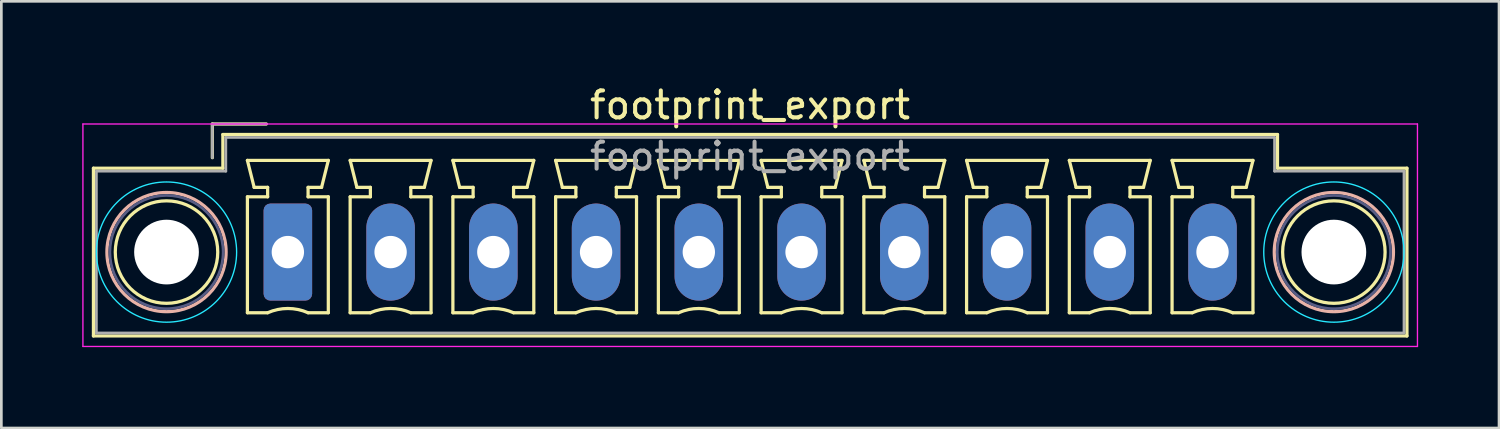
<source format=kicad_pcb>
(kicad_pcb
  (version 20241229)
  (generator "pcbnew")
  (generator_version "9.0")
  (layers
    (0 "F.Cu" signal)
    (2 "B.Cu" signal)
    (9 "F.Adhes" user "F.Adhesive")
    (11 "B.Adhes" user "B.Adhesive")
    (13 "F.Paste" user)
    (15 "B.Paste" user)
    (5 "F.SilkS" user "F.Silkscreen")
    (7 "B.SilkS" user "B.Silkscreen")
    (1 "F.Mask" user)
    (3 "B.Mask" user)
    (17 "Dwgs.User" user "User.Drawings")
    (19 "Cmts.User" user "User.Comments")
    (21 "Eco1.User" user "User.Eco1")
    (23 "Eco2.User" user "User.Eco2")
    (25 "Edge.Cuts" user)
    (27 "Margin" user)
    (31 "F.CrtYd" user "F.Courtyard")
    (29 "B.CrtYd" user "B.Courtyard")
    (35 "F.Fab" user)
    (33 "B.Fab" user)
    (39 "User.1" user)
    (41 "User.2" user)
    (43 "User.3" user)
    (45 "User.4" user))
  (footprint "footprint_export"
    (layer "F.Cu")
    (at 7.625 6.298)
    (property "Reference" "footprint_export" (at 17.14 -5.45 0) (layer "F.SilkS") (effects (font (size 1 1) (thickness 0.15))))
    (attr through_hole)
    (fp_line (start -7.21 -3.11) (end -7.21 3.11) (stroke (width 0.12) (type solid)) (layer "F.SilkS"))
    (fp_line (start -7.21 3.11) (end 41.5 3.11) (stroke (width 0.12) (type solid)) (layer "F.SilkS"))
    (fp_line (start -2.8 -4.75) (end -0.8 -4.75) (stroke (width 0.12) (type solid)) (layer "F.SilkS"))
    (fp_line (start -2.8 -3.5) (end -2.8 -4.75) (stroke (width 0.12) (type solid)) (layer "F.SilkS"))
    (fp_line (start -2.41 -4.36) (end -2.41 -3.11) (stroke (width 0.12) (type solid)) (layer "F.SilkS"))
    (fp_line (start -2.41 -3.11) (end -7.21 -3.11) (stroke (width 0.12) (type solid)) (layer "F.SilkS"))
    (fp_line (start -1.5 -3.4) (end 1.5 -3.4) (stroke (width 0.12) (type solid)) (layer "F.SilkS"))
    (fp_line (start -1.5 -2.05) (end -0.75 -2.05) (stroke (width 0.12) (type solid)) (layer "F.SilkS"))
    (fp_line (start -1.5 2.25) (end -1.5 -2.05) (stroke (width 0.12) (type solid)) (layer "F.SilkS"))
    (fp_line (start -1.25 -2.4) (end -1.5 -3.4) (stroke (width 0.12) (type solid)) (layer "F.SilkS"))
    (fp_line (start -0.75 -2.4) (end -1.25 -2.4) (stroke (width 0.12) (type solid)) (layer "F.SilkS"))
    (fp_line (start -0.75 -2.05) (end -0.75 -2.4) (stroke (width 0.12) (type solid)) (layer "F.SilkS"))
    (fp_line (start -0.75 2.25) (end -1.5 2.25) (stroke (width 0.12) (type solid)) (layer "F.SilkS"))
    (fp_line (start 0.75 -2.4) (end 0.75 -2.05) (stroke (width 0.12) (type solid)) (layer "F.SilkS"))
    (fp_line (start 0.75 -2.05) (end 1.5 -2.05) (stroke (width 0.12) (type solid)) (layer "F.SilkS"))
    (fp_line (start 1.25 -2.4) (end 0.75 -2.4) (stroke (width 0.12) (type solid)) (layer "F.SilkS"))
    (fp_line (start 1.5 -3.4) (end 1.25 -2.4) (stroke (width 0.12) (type solid)) (layer "F.SilkS"))
    (fp_line (start 1.5 -2.05) (end 1.5 2.25) (stroke (width 0.12) (type solid)) (layer "F.SilkS"))
    (fp_line (start 1.5 2.25) (end 0.75 2.25) (stroke (width 0.12) (type solid)) (layer "F.SilkS"))
    (fp_line (start 2.31 -3.4) (end 5.31 -3.4) (stroke (width 0.12) (type solid)) (layer "F.SilkS"))
    (fp_line (start 2.31 -2.05) (end 3.06 -2.05) (stroke (width 0.12) (type solid)) (layer "F.SilkS"))
    (fp_line (start 2.31 2.25) (end 2.31 -2.05) (stroke (width 0.12) (type solid)) (layer "F.SilkS"))
    (fp_line (start 2.56 -2.4) (end 2.31 -3.4) (stroke (width 0.12) (type solid)) (layer "F.SilkS"))
    (fp_line (start 3.06 -2.4) (end 2.56 -2.4) (stroke (width 0.12) (type solid)) (layer "F.SilkS"))
    (fp_line (start 3.06 -2.05) (end 3.06 -2.4) (stroke (width 0.12) (type solid)) (layer "F.SilkS"))
    (fp_line (start 3.06 2.25) (end 2.31 2.25) (stroke (width 0.12) (type solid)) (layer "F.SilkS"))
    (fp_line (start 4.56 -2.4) (end 4.56 -2.05) (stroke (width 0.12) (type solid)) (layer "F.SilkS"))
    (fp_line (start 4.56 -2.05) (end 5.31 -2.05) (stroke (width 0.12) (type solid)) (layer "F.SilkS"))
    (fp_line (start 5.06 -2.4) (end 4.56 -2.4) (stroke (width 0.12) (type solid)) (layer "F.SilkS"))
    (fp_line (start 5.31 -3.4) (end 5.06 -2.4) (stroke (width 0.12) (type solid)) (layer "F.SilkS"))
    (fp_line (start 5.31 -2.05) (end 5.31 2.25) (stroke (width 0.12) (type solid)) (layer "F.SilkS"))
    (fp_line (start 5.31 2.25) (end 4.56 2.25) (stroke (width 0.12) (type solid)) (layer "F.SilkS"))
    (fp_line (start 6.12 -3.4) (end 9.12 -3.4) (stroke (width 0.12) (type solid)) (layer "F.SilkS"))
    (fp_line (start 6.12 -2.05) (end 6.87 -2.05) (stroke (width 0.12) (type solid)) (layer "F.SilkS"))
    (fp_line (start 6.12 2.25) (end 6.12 -2.05) (stroke (width 0.12) (type solid)) (layer "F.SilkS"))
    (fp_line (start 6.37 -2.4) (end 6.12 -3.4) (stroke (width 0.12) (type solid)) (layer "F.SilkS"))
    (fp_line (start 6.87 -2.4) (end 6.37 -2.4) (stroke (width 0.12) (type solid)) (layer "F.SilkS"))
    (fp_line (start 6.87 -2.05) (end 6.87 -2.4) (stroke (width 0.12) (type solid)) (layer "F.SilkS"))
    (fp_line (start 6.87 2.25) (end 6.12 2.25) (stroke (width 0.12) (type solid)) (layer "F.SilkS"))
    (fp_line (start 8.37 -2.4) (end 8.37 -2.05) (stroke (width 0.12) (type solid)) (layer "F.SilkS"))
    (fp_line (start 8.37 -2.05) (end 9.12 -2.05) (stroke (width 0.12) (type solid)) (layer "F.SilkS"))
    (fp_line (start 8.87 -2.4) (end 8.37 -2.4) (stroke (width 0.12) (type solid)) (layer "F.SilkS"))
    (fp_line (start 9.12 -3.4) (end 8.87 -2.4) (stroke (width 0.12) (type solid)) (layer "F.SilkS"))
    (fp_line (start 9.12 -2.05) (end 9.12 2.25) (stroke (width 0.12) (type solid)) (layer "F.SilkS"))
    (fp_line (start 9.12 2.25) (end 8.37 2.25) (stroke (width 0.12) (type solid)) (layer "F.SilkS"))
    (fp_line (start 9.93 -3.4) (end 12.93 -3.4) (stroke (width 0.12) (type solid)) (layer "F.SilkS"))
    (fp_line (start 9.93 -2.05) (end 10.68 -2.05) (stroke (width 0.12) (type solid)) (layer "F.SilkS"))
    (fp_line (start 9.93 2.25) (end 9.93 -2.05) (stroke (width 0.12) (type solid)) (layer "F.SilkS"))
    (fp_line (start 10.18 -2.4) (end 9.93 -3.4) (stroke (width 0.12) (type solid)) (layer "F.SilkS"))
    (fp_line (start 10.68 -2.4) (end 10.18 -2.4) (stroke (width 0.12) (type solid)) (layer "F.SilkS"))
    (fp_line (start 10.68 -2.05) (end 10.68 -2.4) (stroke (width 0.12) (type solid)) (layer "F.SilkS"))
    (fp_line (start 10.68 2.25) (end 9.93 2.25) (stroke (width 0.12) (type solid)) (layer "F.SilkS"))
    (fp_line (start 12.18 -2.4) (end 12.18 -2.05) (stroke (width 0.12) (type solid)) (layer "F.SilkS"))
    (fp_line (start 12.18 -2.05) (end 12.93 -2.05) (stroke (width 0.12) (type solid)) (layer "F.SilkS"))
    (fp_line (start 12.68 -2.4) (end 12.18 -2.4) (stroke (width 0.12) (type solid)) (layer "F.SilkS"))
    (fp_line (start 12.93 -3.4) (end 12.68 -2.4) (stroke (width 0.12) (type solid)) (layer "F.SilkS"))
    (fp_line (start 12.93 -2.05) (end 12.93 2.25) (stroke (width 0.12) (type solid)) (layer "F.SilkS"))
    (fp_line (start 12.93 2.25) (end 12.18 2.25) (stroke (width 0.12) (type solid)) (layer "F.SilkS"))
    (fp_line (start 13.74 -3.4) (end 16.74 -3.4) (stroke (width 0.12) (type solid)) (layer "F.SilkS"))
    (fp_line (start 13.74 -2.05) (end 14.49 -2.05) (stroke (width 0.12) (type solid)) (layer "F.SilkS"))
    (fp_line (start 13.74 2.25) (end 13.74 -2.05) (stroke (width 0.12) (type solid)) (layer "F.SilkS"))
    (fp_line (start 13.99 -2.4) (end 13.74 -3.4) (stroke (width 0.12) (type solid)) (layer "F.SilkS"))
    (fp_line (start 14.49 -2.4) (end 13.99 -2.4) (stroke (width 0.12) (type solid)) (layer "F.SilkS"))
    (fp_line (start 14.49 -2.05) (end 14.49 -2.4) (stroke (width 0.12) (type solid)) (layer "F.SilkS"))
    (fp_line (start 14.49 2.25) (end 13.74 2.25) (stroke (width 0.12) (type solid)) (layer "F.SilkS"))
    (fp_line (start 15.99 -2.4) (end 15.99 -2.05) (stroke (width 0.12) (type solid)) (layer "F.SilkS"))
    (fp_line (start 15.99 -2.05) (end 16.74 -2.05) (stroke (width 0.12) (type solid)) (layer "F.SilkS"))
    (fp_line (start 16.49 -2.4) (end 15.99 -2.4) (stroke (width 0.12) (type solid)) (layer "F.SilkS"))
    (fp_line (start 16.74 -3.4) (end 16.49 -2.4) (stroke (width 0.12) (type solid)) (layer "F.SilkS"))
    (fp_line (start 16.74 -2.05) (end 16.74 2.25) (stroke (width 0.12) (type solid)) (layer "F.SilkS"))
    (fp_line (start 16.74 2.25) (end 15.99 2.25) (stroke (width 0.12) (type solid)) (layer "F.SilkS"))
    (fp_line (start 17.55 -3.4) (end 20.55 -3.4) (stroke (width 0.12) (type solid)) (layer "F.SilkS"))
    (fp_line (start 17.55 -2.05) (end 18.3 -2.05) (stroke (width 0.12) (type solid)) (layer "F.SilkS"))
    (fp_line (start 17.55 2.25) (end 17.55 -2.05) (stroke (width 0.12) (type solid)) (layer "F.SilkS"))
    (fp_line (start 17.8 -2.4) (end 17.55 -3.4) (stroke (width 0.12) (type solid)) (layer "F.SilkS"))
    (fp_line (start 18.3 -2.4) (end 17.8 -2.4) (stroke (width 0.12) (type solid)) (layer "F.SilkS"))
    (fp_line (start 18.3 -2.05) (end 18.3 -2.4) (stroke (width 0.12) (type solid)) (layer "F.SilkS"))
    (fp_line (start 18.3 2.25) (end 17.55 2.25) (stroke (width 0.12) (type solid)) (layer "F.SilkS"))
    (fp_line (start 19.8 -2.4) (end 19.8 -2.05) (stroke (width 0.12) (type solid)) (layer "F.SilkS"))
    (fp_line (start 19.8 -2.05) (end 20.55 -2.05) (stroke (width 0.12) (type solid)) (layer "F.SilkS"))
    (fp_line (start 20.3 -2.4) (end 19.8 -2.4) (stroke (width 0.12) (type solid)) (layer "F.SilkS"))
    (fp_line (start 20.55 -3.4) (end 20.3 -2.4) (stroke (width 0.12) (type solid)) (layer "F.SilkS"))
    (fp_line (start 20.55 -2.05) (end 20.55 2.25) (stroke (width 0.12) (type solid)) (layer "F.SilkS"))
    (fp_line (start 20.55 2.25) (end 19.8 2.25) (stroke (width 0.12) (type solid)) (layer "F.SilkS"))
    (fp_line (start 21.36 -3.4) (end 24.36 -3.4) (stroke (width 0.12) (type solid)) (layer "F.SilkS"))
    (fp_line (start 21.36 -2.05) (end 22.11 -2.05) (stroke (width 0.12) (type solid)) (layer "F.SilkS"))
    (fp_line (start 21.36 2.25) (end 21.36 -2.05) (stroke (width 0.12) (type solid)) (layer "F.SilkS"))
    (fp_line (start 21.61 -2.4) (end 21.36 -3.4) (stroke (width 0.12) (type solid)) (layer "F.SilkS"))
    (fp_line (start 22.11 -2.4) (end 21.61 -2.4) (stroke (width 0.12) (type solid)) (layer "F.SilkS"))
    (fp_line (start 22.11 -2.05) (end 22.11 -2.4) (stroke (width 0.12) (type solid)) (layer "F.SilkS"))
    (fp_line (start 22.11 2.25) (end 21.36 2.25) (stroke (width 0.12) (type solid)) (layer "F.SilkS"))
    (fp_line (start 23.61 -2.4) (end 23.61 -2.05) (stroke (width 0.12) (type solid)) (layer "F.SilkS"))
    (fp_line (start 23.61 -2.05) (end 24.36 -2.05) (stroke (width 0.12) (type solid)) (layer "F.SilkS"))
    (fp_line (start 24.11 -2.4) (end 23.61 -2.4) (stroke (width 0.12) (type solid)) (layer "F.SilkS"))
    (fp_line (start 24.36 -3.4) (end 24.11 -2.4) (stroke (width 0.12) (type solid)) (layer "F.SilkS"))
    (fp_line (start 24.36 -2.05) (end 24.36 2.25) (stroke (width 0.12) (type solid)) (layer "F.SilkS"))
    (fp_line (start 24.36 2.25) (end 23.61 2.25) (stroke (width 0.12) (type solid)) (layer "F.SilkS"))
    (fp_line (start 25.17 -3.4) (end 28.17 -3.4) (stroke (width 0.12) (type solid)) (layer "F.SilkS"))
    (fp_line (start 25.17 -2.05) (end 25.92 -2.05) (stroke (width 0.12) (type solid)) (layer "F.SilkS"))
    (fp_line (start 25.17 2.25) (end 25.17 -2.05) (stroke (width 0.12) (type solid)) (layer "F.SilkS"))
    (fp_line (start 25.42 -2.4) (end 25.17 -3.4) (stroke (width 0.12) (type solid)) (layer "F.SilkS"))
    (fp_line (start 25.92 -2.4) (end 25.42 -2.4) (stroke (width 0.12) (type solid)) (layer "F.SilkS"))
    (fp_line (start 25.92 -2.05) (end 25.92 -2.4) (stroke (width 0.12) (type solid)) (layer "F.SilkS"))
    (fp_line (start 25.92 2.25) (end 25.17 2.25) (stroke (width 0.12) (type solid)) (layer "F.SilkS"))
    (fp_line (start 27.42 -2.4) (end 27.42 -2.05) (stroke (width 0.12) (type solid)) (layer "F.SilkS"))
    (fp_line (start 27.42 -2.05) (end 28.17 -2.05) (stroke (width 0.12) (type solid)) (layer "F.SilkS"))
    (fp_line (start 27.92 -2.4) (end 27.42 -2.4) (stroke (width 0.12) (type solid)) (layer "F.SilkS"))
    (fp_line (start 28.17 -3.4) (end 27.92 -2.4) (stroke (width 0.12) (type solid)) (layer "F.SilkS"))
    (fp_line (start 28.17 -2.05) (end 28.17 2.25) (stroke (width 0.12) (type solid)) (layer "F.SilkS"))
    (fp_line (start 28.17 2.25) (end 27.42 2.25) (stroke (width 0.12) (type solid)) (layer "F.SilkS"))
    (fp_line (start 28.98 -3.4) (end 31.98 -3.4) (stroke (width 0.12) (type solid)) (layer "F.SilkS"))
    (fp_line (start 28.98 -2.05) (end 29.73 -2.05) (stroke (width 0.12) (type solid)) (layer "F.SilkS"))
    (fp_line (start 28.98 2.25) (end 28.98 -2.05) (stroke (width 0.12) (type solid)) (layer "F.SilkS"))
    (fp_line (start 29.23 -2.4) (end 28.98 -3.4) (stroke (width 0.12) (type solid)) (layer "F.SilkS"))
    (fp_line (start 29.73 -2.4) (end 29.23 -2.4) (stroke (width 0.12) (type solid)) (layer "F.SilkS"))
    (fp_line (start 29.73 -2.05) (end 29.73 -2.4) (stroke (width 0.12) (type solid)) (layer "F.SilkS"))
    (fp_line (start 29.73 2.25) (end 28.98 2.25) (stroke (width 0.12) (type solid)) (layer "F.SilkS"))
    (fp_line (start 31.23 -2.4) (end 31.23 -2.05) (stroke (width 0.12) (type solid)) (layer "F.SilkS"))
    (fp_line (start 31.23 -2.05) (end 31.98 -2.05) (stroke (width 0.12) (type solid)) (layer "F.SilkS"))
    (fp_line (start 31.73 -2.4) (end 31.23 -2.4) (stroke (width 0.12) (type solid)) (layer "F.SilkS"))
    (fp_line (start 31.98 -3.4) (end 31.73 -2.4) (stroke (width 0.12) (type solid)) (layer "F.SilkS"))
    (fp_line (start 31.98 -2.05) (end 31.98 2.25) (stroke (width 0.12) (type solid)) (layer "F.SilkS"))
    (fp_line (start 31.98 2.25) (end 31.23 2.25) (stroke (width 0.12) (type solid)) (layer "F.SilkS"))
    (fp_line (start 32.79 -3.4) (end 35.79 -3.4) (stroke (width 0.12) (type solid)) (layer "F.SilkS"))
    (fp_line (start 32.79 -2.05) (end 33.54 -2.05) (stroke (width 0.12) (type solid)) (layer "F.SilkS"))
    (fp_line (start 32.79 2.25) (end 32.79 -2.05) (stroke (width 0.12) (type solid)) (layer "F.SilkS"))
    (fp_line (start 33.04 -2.4) (end 32.79 -3.4) (stroke (width 0.12) (type solid)) (layer "F.SilkS"))
    (fp_line (start 33.54 -2.4) (end 33.04 -2.4) (stroke (width 0.12) (type solid)) (layer "F.SilkS"))
    (fp_line (start 33.54 -2.05) (end 33.54 -2.4) (stroke (width 0.12) (type solid)) (layer "F.SilkS"))
    (fp_line (start 33.54 2.25) (end 32.79 2.25) (stroke (width 0.12) (type solid)) (layer "F.SilkS"))
    (fp_line (start 35.04 -2.4) (end 35.04 -2.05) (stroke (width 0.12) (type solid)) (layer "F.SilkS"))
    (fp_line (start 35.04 -2.05) (end 35.79 -2.05) (stroke (width 0.12) (type solid)) (layer "F.SilkS"))
    (fp_line (start 35.54 -2.4) (end 35.04 -2.4) (stroke (width 0.12) (type solid)) (layer "F.SilkS"))
    (fp_line (start 35.79 -3.4) (end 35.54 -2.4) (stroke (width 0.12) (type solid)) (layer "F.SilkS"))
    (fp_line (start 35.79 -2.05) (end 35.79 2.25) (stroke (width 0.12) (type solid)) (layer "F.SilkS"))
    (fp_line (start 35.79 2.25) (end 35.04 2.25) (stroke (width 0.12) (type solid)) (layer "F.SilkS"))
    (fp_line (start 36.7 -4.36) (end -2.41 -4.36) (stroke (width 0.12) (type solid)) (layer "F.SilkS"))
    (fp_line (start 36.7 -3.11) (end 36.7 -4.36) (stroke (width 0.12) (type solid)) (layer "F.SilkS"))
    (fp_line (start 41.5 -3.11) (end 36.7 -3.11) (stroke (width 0.12) (type solid)) (layer "F.SilkS"))
    (fp_line (start 41.5 3.11) (end 41.5 -3.11) (stroke (width 0.12) (type solid)) (layer "F.SilkS"))
    (fp_arc (start -0.75 2.25) (mid -0.000193 2.09191) (end 0.749647 2.249844) (stroke (width 0.12) (type solid)) (layer "F.SilkS"))
    (fp_arc (start 3.06 2.25) (mid 3.809807 2.09191) (end 4.559647 2.249844) (stroke (width 0.12) (type solid)) (layer "F.SilkS"))
    (fp_arc (start 6.87 2.25) (mid 7.619807 2.09191) (end 8.369647 2.249844) (stroke (width 0.12) (type solid)) (layer "F.SilkS"))
    (fp_arc (start 10.68 2.25) (mid 11.429807 2.09191) (end 12.179647 2.249844) (stroke (width 0.12) (type solid)) (layer "F.SilkS"))
    (fp_arc (start 14.49 2.25) (mid 15.239807 2.09191) (end 15.989647 2.249844) (stroke (width 0.12) (type solid)) (layer "F.SilkS"))
    (fp_arc (start 18.3 2.25) (mid 19.049807 2.09191) (end 19.799647 2.249844) (stroke (width 0.12) (type solid)) (layer "F.SilkS"))
    (fp_arc (start 22.11 2.25) (mid 22.859807 2.09191) (end 23.609647 2.249844) (stroke (width 0.12) (type solid)) (layer "F.SilkS"))
    (fp_arc (start 25.92 2.25) (mid 26.669807 2.09191) (end 27.419647 2.249844) (stroke (width 0.12) (type solid)) (layer "F.SilkS"))
    (fp_arc (start 29.73 2.25) (mid 30.479807 2.09191) (end 31.229647 2.249844) (stroke (width 0.12) (type solid)) (layer "F.SilkS"))
    (fp_arc (start 33.54 2.25) (mid 34.289807 2.09191) (end 35.039647 2.249844) (stroke (width 0.12) (type solid)) (layer "F.SilkS"))
    (fp_circle (center -4.5 0) (end -2.6 0) (stroke (width 0.12) (type solid)) (fill no) (layer "F.SilkS"))
    (fp_circle (center 38.79 0) (end 40.69 0) (stroke (width 0.12) (type solid)) (fill no) (layer "F.SilkS"))
    (fp_circle (center -4.5 0) (end -2.29 0) (stroke (width 0.12) (type solid)) (fill no) (layer "B.SilkS"))
    (fp_circle (center 38.79 0) (end 41 0) (stroke (width 0.12) (type solid)) (fill no) (layer "B.SilkS"))
    (fp_circle (center -4.5 0) (end -1.9 0) (stroke (width 0.05) (type solid)) (fill no) (layer "B.CrtYd"))
    (fp_circle (center 38.79 0) (end 41.39 0) (stroke (width 0.05) (type solid)) (fill no) (layer "B.CrtYd"))
    (fp_line (start -7.6 -4.75) (end -7.6 3.5) (stroke (width 0.05) (type solid)) (layer "F.CrtYd"))
    (fp_line (start -7.6 3.5) (end 41.89 3.5) (stroke (width 0.05) (type solid)) (layer "F.CrtYd"))
    (fp_line (start 41.89 -4.75) (end -7.6 -4.75) (stroke (width 0.05) (type solid)) (layer "F.CrtYd"))
    (fp_line (start 41.89 3.5) (end 41.89 -4.75) (stroke (width 0.05) (type solid)) (layer "F.CrtYd"))
    (fp_circle (center -4.5 0) (end -2.4 0) (stroke (width 0.1) (type solid)) (fill no) (layer "B.Fab"))
    (fp_circle (center 38.79 0) (end 40.89 0) (stroke (width 0.1) (type solid)) (fill no) (layer "B.Fab"))
    (fp_line (start -7.1 -3) (end -7.1 3) (stroke (width 0.1) (type solid)) (layer "F.Fab"))
    (fp_line (start -7.1 3) (end 41.39 3) (stroke (width 0.1) (type solid)) (layer "F.Fab"))
    (fp_line (start -2.8 -4.75) (end -0.8 -4.75) (stroke (width 0.1) (type solid)) (layer "F.Fab"))
    (fp_line (start -2.8 -3.5) (end -2.8 -4.75) (stroke (width 0.1) (type solid)) (layer "F.Fab"))
    (fp_line (start -2.3 -4.25) (end -2.3 -3) (stroke (width 0.1) (type solid)) (layer "F.Fab"))
    (fp_line (start -2.3 -3) (end -7.1 -3) (stroke (width 0.1) (type solid)) (layer "F.Fab"))
    (fp_line (start 36.59 -4.25) (end -2.3 -4.25) (stroke (width 0.1) (type solid)) (layer "F.Fab"))
    (fp_line (start 36.59 -3) (end 36.59 -4.25) (stroke (width 0.1) (type solid)) (layer "F.Fab"))
    (fp_line (start 41.39 -3) (end 36.59 -3) (stroke (width 0.1) (type solid)) (layer "F.Fab"))
    (fp_line (start 41.39 3) (end 41.39 -3) (stroke (width 0.1) (type solid)) (layer "F.Fab"))
    (fp_text user "${REFERENCE}" (at 17.14 -3.55 0) (layer "F.Fab") (effects (font (size 1 1) (thickness 0.15))))
    (pad "" np_thru_hole circle (at -4.5 0) (size 2.4 2.4) (drill 2.4) (layers "*.Cu" "*.Mask"))
    (pad "" np_thru_hole circle (at 38.79 0) (size 2.4 2.4) (drill 2.4) (layers "*.Cu" "*.Mask"))
    (pad "1" thru_hole roundrect (at 0 0) (size 1.8 3.6) (drill 1.2) (layers "*.Cu" "*.Mask") (roundrect_rratio 0.139))
    (pad "2" thru_hole oval (at 3.81 0) (size 1.8 3.6) (drill 1.2) (layers "*.Cu" "*.Mask"))
    (pad "3" thru_hole oval (at 7.62 0) (size 1.8 3.6) (drill 1.2) (layers "*.Cu" "*.Mask"))
    (pad "4" thru_hole oval (at 11.43 0) (size 1.8 3.6) (drill 1.2) (layers "*.Cu" "*.Mask"))
    (pad "5" thru_hole oval (at 15.24 0) (size 1.8 3.6) (drill 1.2) (layers "*.Cu" "*.Mask"))
    (pad "6" thru_hole oval (at 19.05 0) (size 1.8 3.6) (drill 1.2) (layers "*.Cu" "*.Mask"))
    (pad "7" thru_hole oval (at 22.86 0) (size 1.8 3.6) (drill 1.2) (layers "*.Cu" "*.Mask"))
    (pad "8" thru_hole oval (at 26.67 0) (size 1.8 3.6) (drill 1.2) (layers "*.Cu" "*.Mask"))
    (pad "9" thru_hole oval (at 30.48 0) (size 1.8 3.6) (drill 1.2) (layers "*.Cu" "*.Mask"))
    (pad "10" thru_hole oval (at 34.29 0) (size 1.8 3.6) (drill 1.2) (layers "*.Cu" "*.Mask")))
  (gr_rect
    (start -3 -3)
    (end 52.54 12.823)
    (stroke (width 0.1) (type default))
    (fill no)
    (layer "Edge.Cuts")))
</source>
